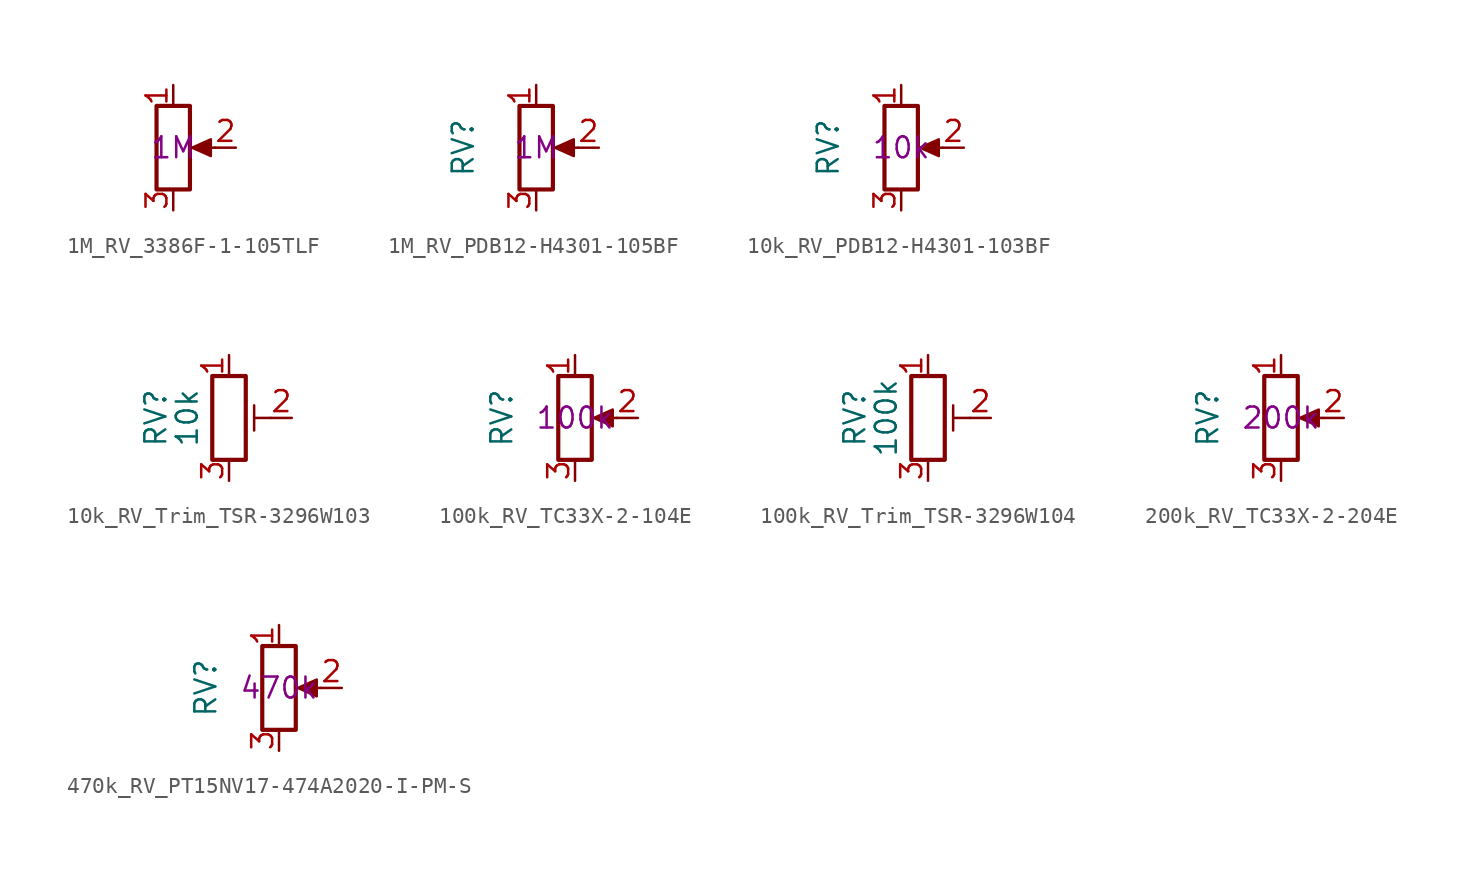
<source format=kicad_sym>
(kicad_symbol_lib
  (version 20231120)
  (generator "kicad_symbol_editor")
  (generator_version "8.0")
  (symbol "1M_RV_3386F-1-105TLF"
    (pin_names
      (offset 1.016) hide)
    (property "Reference" "RV"
      (at -4.445 0 90)
      (effects (font (size 1.27 1.27)) (hide yes)))
    (property "Pretty Value 1" "1M"
      (at 0 0 0)
      (effects (font (size 1.27 1.27))))
    (symbol "1M_RV_3386F-1-105TLF_0_1"
      (polyline (pts (xy 2.54 0) (xy 1.524 0)) (stroke (width 0) (type default)) (fill (type none)))
      (polyline (pts (xy 1.143 0) (xy 2.286 0.508) (xy 2.286 -0.508) (xy 1.143 0)) (stroke (width 0) (type default)) (fill (type outline)))
      (rectangle (start 1.016 2.54) (end -1.016 -2.54) (stroke (width 0.254) (type default)) (fill (type none))))
    (symbol "1M_RV_3386F-1-105TLF_1_1"
      (pin passive line (at 0 3.81 270) (length 1.27) (name "1" (effects (font (size 1.27 1.27)))) (number "1" (effects (font (size 1.27 1.27)))))
      (pin passive line (at 3.81 0 180) (length 1.27) (name "2" (effects (font (size 1.27 1.27)))) (number "2" (effects (font (size 1.27 1.27)))))
      (pin passive line (at 0 -3.81 90) (length 1.27) (name "3" (effects (font (size 1.27 1.27)))) (number "3" (effects (font (size 1.27 1.27)))))))
  (symbol "1M_RV_PDB12-H4301-105BF"
    (pin_names
      (offset 1.016) hide)
    (property "Reference" "RV"
      (at -4.445 0 90)
      (effects (font (size 1.27 1.27))))
    (property "Pretty Value 1" "1M"
      (at 0 0 0)
      (effects (font (size 1.27 1.27))))
    (symbol "1M_RV_PDB12-H4301-105BF_0_0"
      (pin no_connect line (at 2.54 -3.81 90) (length 2.54) hide (name "MH1" (effects (font (size 1.27 1.27)))) (number "MH1" (effects (font (size 1.27 1.27)))))
      (pin no_connect line (at 5.08 -3.81 90) (length 2.54) hide (name "MH2" (effects (font (size 1.27 1.27)))) (number "MH2" (effects (font (size 1.27 1.27))))))
    (symbol "1M_RV_PDB12-H4301-105BF_0_1"
      (polyline (pts (xy 2.54 0) (xy 1.524 0)) (stroke (width 0) (type default)) (fill (type none)))
      (polyline (pts (xy 1.143 0) (xy 2.286 0.508) (xy 2.286 -0.508) (xy 1.143 0)) (stroke (width 0) (type default)) (fill (type outline)))
      (rectangle (start 1.016 2.54) (end -1.016 -2.54) (stroke (width 0.254) (type default)) (fill (type none))))
    (symbol "1M_RV_PDB12-H4301-105BF_1_1"
      (pin passive line (at 0 3.81 270) (length 1.27) (name "1" (effects (font (size 1.27 1.27)))) (number "1" (effects (font (size 1.27 1.27)))))
      (pin passive line (at 3.81 0 180) (length 1.27) (name "2" (effects (font (size 1.27 1.27)))) (number "2" (effects (font (size 1.27 1.27)))))
      (pin passive line (at 0 -3.81 90) (length 1.27) (name "3" (effects (font (size 1.27 1.27)))) (number "3" (effects (font (size 1.27 1.27)))))))
  (symbol "10k_RV_PDB12-H4301-103BF"
    (pin_names
      (offset 1.016) hide)
    (property "Reference" "RV"
      (at -4.445 0 90)
      (effects (font (size 1.27 1.27))))
    (property "Pretty Value 1" "10k"
      (at 0 0 0)
      (effects (font (size 1.27 1.27))))
    (symbol "10k_RV_PDB12-H4301-103BF_0_0"
      (pin no_connect line (at 2.54 -3.81 90) (length 2.54) hide (name "MH1" (effects (font (size 1.27 1.27)))) (number "MH1" (effects (font (size 1.27 1.27)))))
      (pin no_connect line (at 5.08 -3.81 90) (length 2.54) hide (name "MH2" (effects (font (size 1.27 1.27)))) (number "MH2" (effects (font (size 1.27 1.27))))))
    (symbol "10k_RV_PDB12-H4301-103BF_0_1"
      (polyline (pts (xy 2.54 0) (xy 1.524 0)) (stroke (width 0) (type default)) (fill (type none)))
      (polyline (pts (xy 1.143 0) (xy 2.286 0.508) (xy 2.286 -0.508) (xy 1.143 0)) (stroke (width 0) (type default)) (fill (type outline)))
      (rectangle (start 1.016 2.54) (end -1.016 -2.54) (stroke (width 0.254) (type default)) (fill (type none))))
    (symbol "10k_RV_PDB12-H4301-103BF_1_1"
      (pin passive line (at 0 3.81 270) (length 1.27) (name "1" (effects (font (size 1.27 1.27)))) (number "1" (effects (font (size 1.27 1.27)))))
      (pin passive line (at 3.81 0 180) (length 1.27) (name "2" (effects (font (size 1.27 1.27)))) (number "2" (effects (font (size 1.27 1.27)))))
      (pin passive line (at 0 -3.81 90) (length 1.27) (name "3" (effects (font (size 1.27 1.27)))) (number "3" (effects (font (size 1.27 1.27)))))))
  (symbol "10k_RV_Trim_TSR-3296W103"
    (pin_names
      (offset 1.016) hide)
    (property "Reference" "RV"
      (at -4.445 0 90)
      (effects (font (size 1.27 1.27))))
    (property "Value" "10k"
      (at -2.54 0 90)
      (effects (font (size 1.27 1.27))))
    (symbol "10k_RV_Trim_TSR-3296W103_0_1"
      (polyline (pts (xy 1.524 0.762) (xy 1.524 -0.762)) (stroke (width 0) (type default)) (fill (type none)))
      (polyline (pts (xy 2.54 0) (xy 1.524 0)) (stroke (width 0) (type default)) (fill (type none)))
      (rectangle (start 1.016 2.54) (end -1.016 -2.54) (stroke (width 0.254) (type default)) (fill (type none))))
    (symbol "10k_RV_Trim_TSR-3296W103_1_1"
      (pin passive line (at 0 3.81 270) (length 1.27) (name "1" (effects (font (size 1.27 1.27)))) (number "1" (effects (font (size 1.27 1.27)))))
      (pin passive line (at 3.81 0 180) (length 1.27) (name "2" (effects (font (size 1.27 1.27)))) (number "2" (effects (font (size 1.27 1.27)))))
      (pin passive line (at 0 -3.81 90) (length 1.27) (name "3" (effects (font (size 1.27 1.27)))) (number "3" (effects (font (size 1.27 1.27)))))))
  (symbol "100k_RV_TC33X-2-104E"
    (pin_names
      (offset 1.016) hide)
    (property "Reference" "RV"
      (at -4.445 0 90)
      (effects (font (size 1.27 1.27))))
    (property "Pretty Value 1" "100k"
      (at 0 0 0)
      (effects (font (size 1.27 1.27))))
    (symbol "100k_RV_TC33X-2-104E_0_1"
      (polyline (pts (xy 2.54 0) (xy 1.524 0)) (stroke (width 0) (type default)) (fill (type none)))
      (polyline (pts (xy 1.143 0) (xy 2.286 0.508) (xy 2.286 -0.508) (xy 1.143 0)) (stroke (width 0) (type default)) (fill (type outline)))
      (rectangle (start 1.016 2.54) (end -1.016 -2.54) (stroke (width 0.254) (type default)) (fill (type none))))
    (symbol "100k_RV_TC33X-2-104E_1_1"
      (pin passive line (at 0 3.81 270) (length 1.27) (name "1" (effects (font (size 1.27 1.27)))) (number "1" (effects (font (size 1.27 1.27)))))
      (pin passive line (at 3.81 0 180) (length 1.27) (name "2" (effects (font (size 1.27 1.27)))) (number "2" (effects (font (size 1.27 1.27)))))
      (pin passive line (at 0 -3.81 90) (length 1.27) (name "3" (effects (font (size 1.27 1.27)))) (number "3" (effects (font (size 1.27 1.27)))))))
  (symbol "100k_RV_Trim_TSR-3296W104"
    (pin_names
      (offset 1.016) hide)
    (property "Reference" "RV"
      (at -4.445 0 90)
      (effects (font (size 1.27 1.27))))
    (property "Value" "100k"
      (at -2.54 0 90)
      (effects (font (size 1.27 1.27))))
    (symbol "100k_RV_Trim_TSR-3296W104_0_1"
      (polyline (pts (xy 1.524 0.762) (xy 1.524 -0.762)) (stroke (width 0) (type default)) (fill (type none)))
      (polyline (pts (xy 2.54 0) (xy 1.524 0)) (stroke (width 0) (type default)) (fill (type none)))
      (rectangle (start 1.016 2.54) (end -1.016 -2.54) (stroke (width 0.254) (type default)) (fill (type none))))
    (symbol "100k_RV_Trim_TSR-3296W104_1_1"
      (pin passive line (at 0 3.81 270) (length 1.27) (name "1" (effects (font (size 1.27 1.27)))) (number "1" (effects (font (size 1.27 1.27)))))
      (pin passive line (at 3.81 0 180) (length 1.27) (name "2" (effects (font (size 1.27 1.27)))) (number "2" (effects (font (size 1.27 1.27)))))
      (pin passive line (at 0 -3.81 90) (length 1.27) (name "3" (effects (font (size 1.27 1.27)))) (number "3" (effects (font (size 1.27 1.27)))))))
  (symbol "200k_RV_TC33X-2-204E"
    (pin_names
      (offset 1.016) hide)
    (property "Reference" "RV"
      (at -4.445 0 90)
      (effects (font (size 1.27 1.27))))
    (property "Pretty Value 1" "200k"
      (at 0 0 0)
      (effects (font (size 1.27 1.27))))
    (symbol "200k_RV_TC33X-2-204E_0_1"
      (polyline (pts (xy 2.54 0) (xy 1.524 0)) (stroke (width 0) (type default)) (fill (type none)))
      (polyline (pts (xy 1.143 0) (xy 2.286 0.508) (xy 2.286 -0.508) (xy 1.143 0)) (stroke (width 0) (type default)) (fill (type outline)))
      (rectangle (start 1.016 2.54) (end -1.016 -2.54) (stroke (width 0.254) (type default)) (fill (type none))))
    (symbol "200k_RV_TC33X-2-204E_1_1"
      (pin passive line (at 0 3.81 270) (length 1.27) (name "1" (effects (font (size 1.27 1.27)))) (number "1" (effects (font (size 1.27 1.27)))))
      (pin passive line (at 3.81 0 180) (length 1.27) (name "2" (effects (font (size 1.27 1.27)))) (number "2" (effects (font (size 1.27 1.27)))))
      (pin passive line (at 0 -3.81 90) (length 1.27) (name "3" (effects (font (size 1.27 1.27)))) (number "3" (effects (font (size 1.27 1.27)))))))
  (symbol "470k_RV_PT15NV17-474A2020-I-PM-S"
    (pin_names
      (offset 1.016) hide)
    (property "Reference" "RV"
      (at -4.445 0 90)
      (effects (font (size 1.27 1.27))))
    (property "Pretty Value 1" "470k"
      (at 0 0 0)
      (effects (font (size 1.27 1.27))))
    (symbol "470k_RV_PT15NV17-474A2020-I-PM-S_0_1"
      (polyline (pts (xy 2.54 0) (xy 1.524 0)) (stroke (width 0) (type default)) (fill (type none)))
      (polyline (pts (xy 1.143 0) (xy 2.286 0.508) (xy 2.286 -0.508) (xy 1.143 0)) (stroke (width 0) (type default)) (fill (type outline)))
      (rectangle (start 1.016 2.54) (end -1.016 -2.54) (stroke (width 0.254) (type default)) (fill (type none))))
    (symbol "470k_RV_PT15NV17-474A2020-I-PM-S_1_1"
      (pin passive line (at 0 3.81 270) (length 1.27) (name "1" (effects (font (size 1.27 1.27)))) (number "1" (effects (font (size 1.27 1.27)))))
      (pin passive line (at 3.81 0 180) (length 1.27) (name "2" (effects (font (size 1.27 1.27)))) (number "2" (effects (font (size 1.27 1.27)))))
      (pin passive line (at 0 -3.81 90) (length 1.27) (name "3" (effects (font (size 1.27 1.27)))) (number "3" (effects (font (size 1.27 1.27))))))))
</source>
